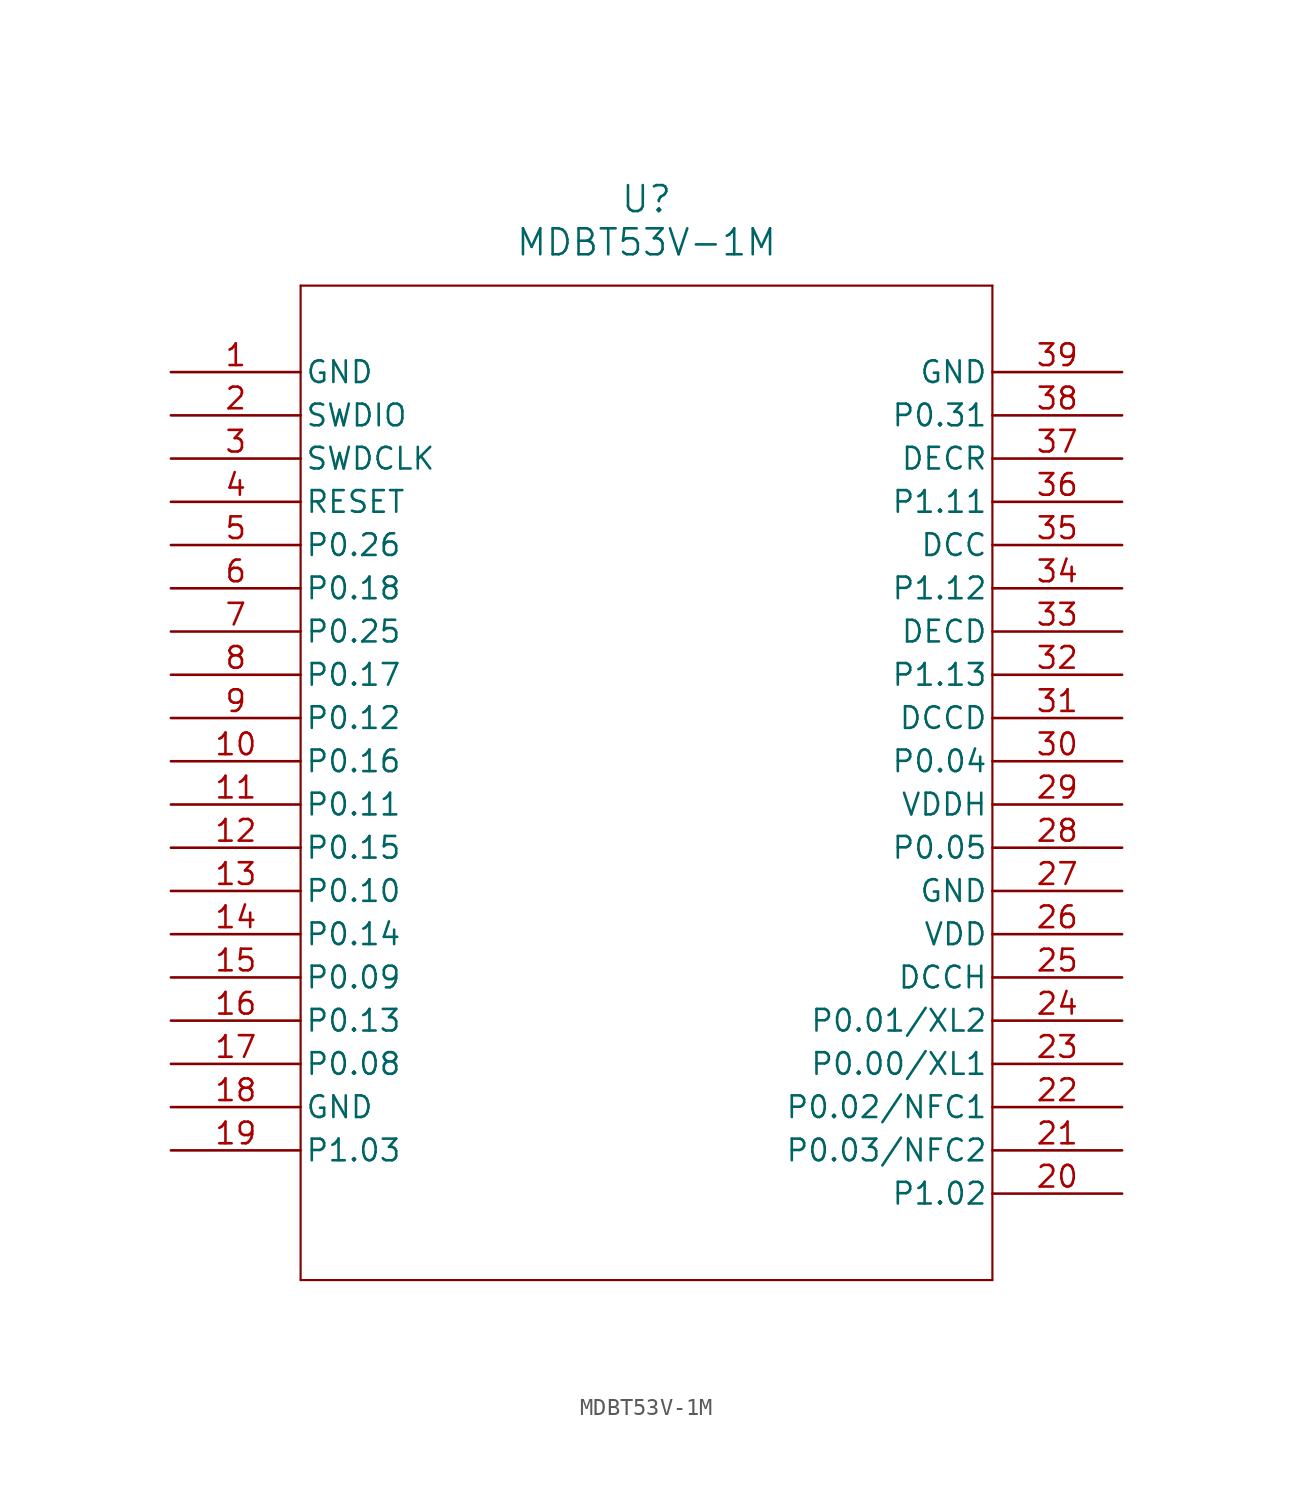
<source format=kicad_sym>
(kicad_symbol_lib
  (version 20211014)
  (generator kicad_symbol_editor)
  (symbol "MDBT53V-1M"
    (pin_names
      (offset 0.254))
    (property "Reference" "U"
      (at 27.94 10.16 0)
      (effects (font (size 1.524 1.524))))
    (property "Value" "MDBT53V-1M"
      (at 27.94 7.62 0)
      (effects (font (size 1.524 1.524))))
    (symbol "MDBT53V-1M_0_1"
      (polyline (pts (xy 7.62 5.08) (xy 7.62 -53.34)) (stroke (width 0.127) (type default) (color 0 0 0 0)) (fill (type none)))
      (polyline (pts (xy 7.62 -53.34) (xy 48.26 -53.34)) (stroke (width 0.127) (type default) (color 0 0 0 0)) (fill (type none)))
      (polyline (pts (xy 48.26 -53.34) (xy 48.26 5.08)) (stroke (width 0.127) (type default) (color 0 0 0 0)) (fill (type none)))
      (polyline (pts (xy 48.26 5.08) (xy 7.62 5.08)) (stroke (width 0.127) (type default) (color 0 0 0 0)) (fill (type none)))
      (pin power_out line (at 0 0 0) (length 7.62) (name "GND" (effects (font (size 1.27 1.27)))) (number "1" (effects (font (size 1.27 1.27)))))
      (pin bidirectional line (at 0 -2.54 0) (length 7.62) (name "SWDIO" (effects (font (size 1.27 1.27)))) (number "2" (effects (font (size 1.27 1.27)))))
      (pin bidirectional line (at 0 -5.08 0) (length 7.62) (name "SWDCLK" (effects (font (size 1.27 1.27)))) (number "3" (effects (font (size 1.27 1.27)))))
      (pin bidirectional line (at 0 -7.62 0) (length 7.62) (name "RESET" (effects (font (size 1.27 1.27)))) (number "4" (effects (font (size 1.27 1.27)))))
      (pin bidirectional line (at 0 -10.16 0) (length 7.62) (name "P0.26" (effects (font (size 1.27 1.27)))) (number "5" (effects (font (size 1.27 1.27)))))
      (pin bidirectional line (at 0 -12.7 0) (length 7.62) (name "P0.18" (effects (font (size 1.27 1.27)))) (number "6" (effects (font (size 1.27 1.27)))))
      (pin bidirectional line (at 0 -15.24 0) (length 7.62) (name "P0.25" (effects (font (size 1.27 1.27)))) (number "7" (effects (font (size 1.27 1.27)))))
      (pin bidirectional line (at 0 -17.78 0) (length 7.62) (name "P0.17" (effects (font (size 1.27 1.27)))) (number "8" (effects (font (size 1.27 1.27)))))
      (pin bidirectional line (at 0 -20.32 0) (length 7.62) (name "P0.12" (effects (font (size 1.27 1.27)))) (number "9" (effects (font (size 1.27 1.27)))))
      (pin bidirectional line (at 0 -22.86 0) (length 7.62) (name "P0.16" (effects (font (size 1.27 1.27)))) (number "10" (effects (font (size 1.27 1.27)))))
      (pin bidirectional line (at 0 -25.4 0) (length 7.62) (name "P0.11" (effects (font (size 1.27 1.27)))) (number "11" (effects (font (size 1.27 1.27)))))
      (pin bidirectional line (at 0 -27.94 0) (length 7.62) (name "P0.15" (effects (font (size 1.27 1.27)))) (number "12" (effects (font (size 1.27 1.27)))))
      (pin bidirectional line (at 0 -30.48 0) (length 7.62) (name "P0.10" (effects (font (size 1.27 1.27)))) (number "13" (effects (font (size 1.27 1.27)))))
      (pin bidirectional line (at 0 -33.02 0) (length 7.62) (name "P0.14" (effects (font (size 1.27 1.27)))) (number "14" (effects (font (size 1.27 1.27)))))
      (pin bidirectional line (at 0 -35.56 0) (length 7.62) (name "P0.09" (effects (font (size 1.27 1.27)))) (number "15" (effects (font (size 1.27 1.27)))))
      (pin bidirectional line (at 0 -38.1 0) (length 7.62) (name "P0.13" (effects (font (size 1.27 1.27)))) (number "16" (effects (font (size 1.27 1.27)))))
      (pin bidirectional line (at 0 -40.64 0) (length 7.62) (name "P0.08" (effects (font (size 1.27 1.27)))) (number "17" (effects (font (size 1.27 1.27)))))
      (pin power_out line (at 0 -43.18 0) (length 7.62) (name "GND" (effects (font (size 1.27 1.27)))) (number "18" (effects (font (size 1.27 1.27)))))
      (pin bidirectional line (at 0 -45.72 0) (length 7.62) (name "P1.03" (effects (font (size 1.27 1.27)))) (number "19" (effects (font (size 1.27 1.27)))))
      (pin bidirectional line (at 55.88 -48.26 180) (length 7.62) (name "P1.02" (effects (font (size 1.27 1.27)))) (number "20" (effects (font (size 1.27 1.27)))))
      (pin bidirectional line (at 55.88 -45.72 180) (length 7.62) (name "P0.03/NFC2" (effects (font (size 1.27 1.27)))) (number "21" (effects (font (size 1.27 1.27)))))
      (pin bidirectional line (at 55.88 -43.18 180) (length 7.62) (name "P0.02/NFC1" (effects (font (size 1.27 1.27)))) (number "22" (effects (font (size 1.27 1.27)))))
      (pin bidirectional line (at 55.88 -40.64 180) (length 7.62) (name "P0.00/XL1" (effects (font (size 1.27 1.27)))) (number "23" (effects (font (size 1.27 1.27)))))
      (pin bidirectional line (at 55.88 -38.1 180) (length 7.62) (name "P0.01/XL2" (effects (font (size 1.27 1.27)))) (number "24" (effects (font (size 1.27 1.27)))))
      (pin output line (at 55.88 -35.56 180) (length 7.62) (name "DCCH" (effects (font (size 1.27 1.27)))) (number "25" (effects (font (size 1.27 1.27)))))
      (pin power_in line (at 55.88 -33.02 180) (length 7.62) (name "VDD" (effects (font (size 1.27 1.27)))) (number "26" (effects (font (size 1.27 1.27)))))
      (pin power_out line (at 55.88 -30.48 180) (length 7.62) (name "GND" (effects (font (size 1.27 1.27)))) (number "27" (effects (font (size 1.27 1.27)))))
      (pin bidirectional line (at 55.88 -27.94 180) (length 7.62) (name "P0.05" (effects (font (size 1.27 1.27)))) (number "28" (effects (font (size 1.27 1.27)))))
      (pin power_in line (at 55.88 -25.4 180) (length 7.62) (name "VDDH" (effects (font (size 1.27 1.27)))) (number "29" (effects (font (size 1.27 1.27)))))
      (pin bidirectional line (at 55.88 -22.86 180) (length 7.62) (name "P0.04" (effects (font (size 1.27 1.27)))) (number "30" (effects (font (size 1.27 1.27)))))
      (pin output line (at 55.88 -20.32 180) (length 7.62) (name "DCCD" (effects (font (size 1.27 1.27)))) (number "31" (effects (font (size 1.27 1.27)))))
      (pin bidirectional line (at 55.88 -17.78 180) (length 7.62) (name "P1.13" (effects (font (size 1.27 1.27)))) (number "32" (effects (font (size 1.27 1.27)))))
      (pin power_in line (at 55.88 -15.24 180) (length 7.62) (name "DECD" (effects (font (size 1.27 1.27)))) (number "33" (effects (font (size 1.27 1.27)))))
      (pin bidirectional line (at 55.88 -12.7 180) (length 7.62) (name "P1.12" (effects (font (size 1.27 1.27)))) (number "34" (effects (font (size 1.27 1.27)))))
      (pin power_in line (at 55.88 -10.16 180) (length 7.62) (name "DCC" (effects (font (size 1.27 1.27)))) (number "35" (effects (font (size 1.27 1.27)))))
      (pin bidirectional line (at 55.88 -7.62 180) (length 7.62) (name "P1.11" (effects (font (size 1.27 1.27)))) (number "36" (effects (font (size 1.27 1.27)))))
      (pin power_in line (at 55.88 -5.08 180) (length 7.62) (name "DECR" (effects (font (size 1.27 1.27)))) (number "37" (effects (font (size 1.27 1.27)))))
      (pin bidirectional line (at 55.88 -2.54 180) (length 7.62) (name "P0.31" (effects (font (size 1.27 1.27)))) (number "38" (effects (font (size 1.27 1.27)))))
      (pin power_out line (at 55.88 0 180) (length 7.62) (name "GND" (effects (font (size 1.27 1.27)))) (number "39" (effects (font (size 1.27 1.27))))))))
</source>
